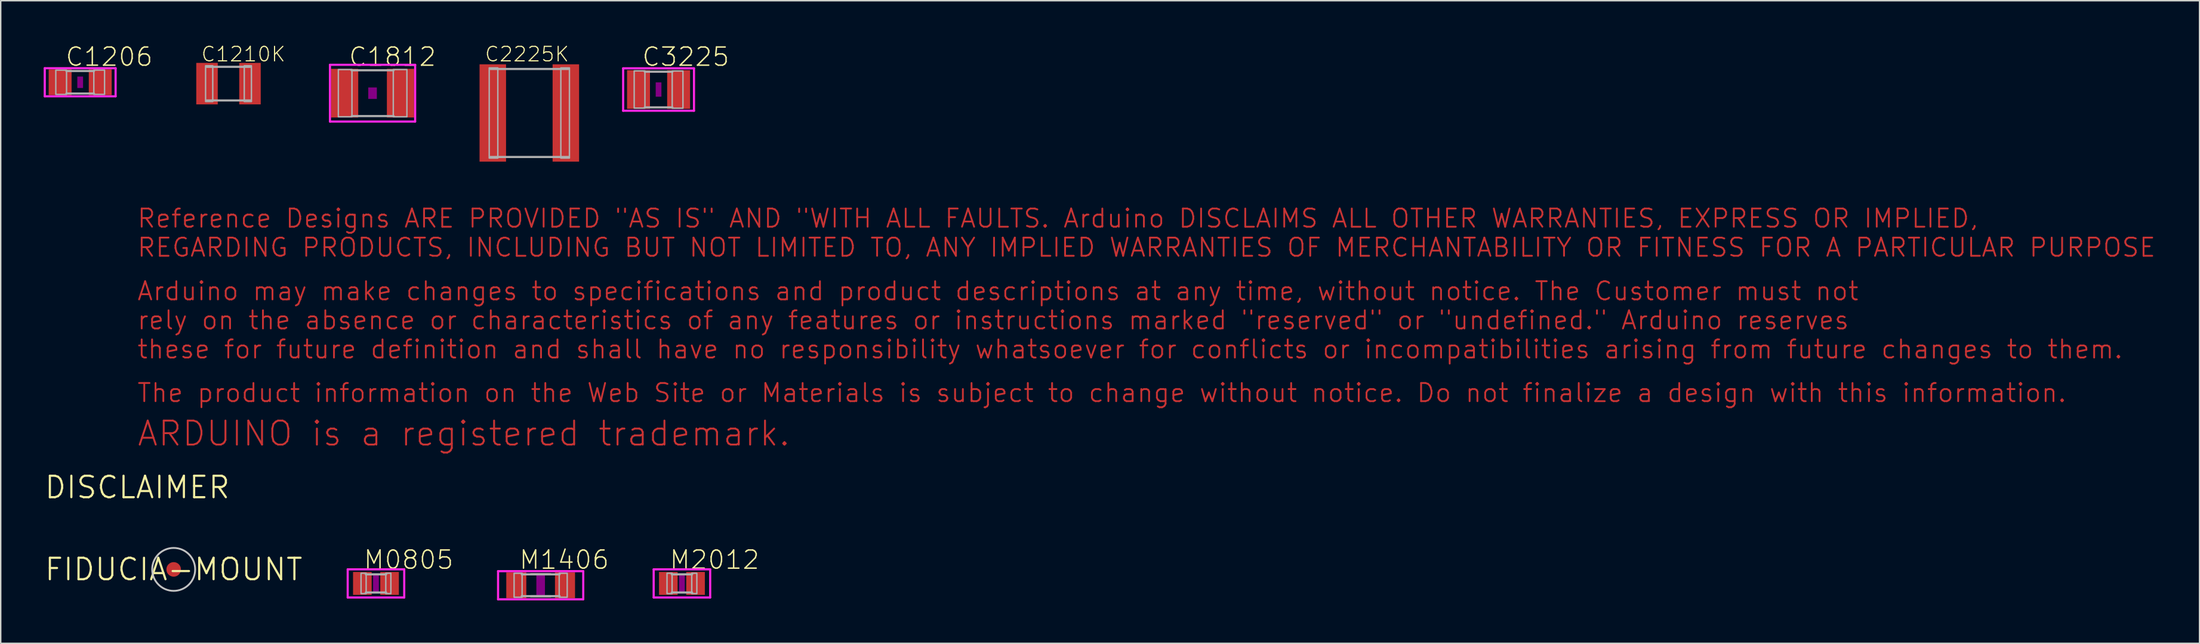
<source format=kicad_pcb>
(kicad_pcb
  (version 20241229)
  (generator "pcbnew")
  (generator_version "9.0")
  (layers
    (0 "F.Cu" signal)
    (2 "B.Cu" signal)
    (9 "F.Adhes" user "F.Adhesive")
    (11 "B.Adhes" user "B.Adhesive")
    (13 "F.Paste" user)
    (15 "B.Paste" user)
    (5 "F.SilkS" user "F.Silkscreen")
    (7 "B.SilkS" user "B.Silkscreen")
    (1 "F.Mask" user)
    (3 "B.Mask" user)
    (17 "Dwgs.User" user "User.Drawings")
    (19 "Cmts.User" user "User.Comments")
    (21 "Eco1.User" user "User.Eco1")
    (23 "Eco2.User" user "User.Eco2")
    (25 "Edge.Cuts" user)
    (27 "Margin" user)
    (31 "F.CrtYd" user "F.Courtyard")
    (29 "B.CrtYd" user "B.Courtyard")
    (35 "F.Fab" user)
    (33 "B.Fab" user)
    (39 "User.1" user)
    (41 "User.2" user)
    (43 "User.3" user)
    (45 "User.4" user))
  (footprint "C3225"
    (layer "F.Cu")
    (at 42.928 3.207)
    (property "Reference" "C3225" (at 1.899 -2.286 0) (layer "F.SilkS") (effects (font (size 1.27 1.27) (thickness 0.102))))
    (attr through_hole)
    (fp_poly (pts (xy -0.2 -0.5) (xy 0.2 -0.5) (xy 0.2 0.5) (xy -0.2 0.5)) (stroke (width 0) (type solid)) (fill yes) (layer "F.Adhes"))
    (fp_line (start -2.473 -1.483) (end 2.473 -1.483) (stroke (width 0.15) (type solid)) (layer "F.CrtYd"))
    (fp_line (start -2.473 1.483) (end -2.473 -1.483) (stroke (width 0.15) (type solid)) (layer "F.CrtYd"))
    (fp_line (start 2.473 -1.483) (end 2.473 1.483) (stroke (width 0.15) (type solid)) (layer "F.CrtYd"))
    (fp_line (start 2.473 1.483) (end -2.473 1.483) (stroke (width 0.15) (type solid)) (layer "F.CrtYd"))
    (fp_line (start -0.965 -1.245) (end 0.965 -1.245) (stroke (width 0.15) (type solid)) (layer "F.Fab"))
    (fp_line (start -0.965 1.245) (end 0.965 1.245) (stroke (width 0.15) (type solid)) (layer "F.Fab"))
    (fp_poly (pts (xy -1.702 -1.304) (xy -0.952 -1.304) (xy -0.952 1.295) (xy -1.702 1.295)) (stroke (width 0.1) (type solid)) (fill no) (layer "F.Fab"))
    (fp_poly (pts (xy 0.952 -1.295) (xy 1.702 -1.295) (xy 1.702 1.304) (xy 0.952 1.304)) (stroke (width 0.1) (type solid)) (fill no) (layer "F.Fab"))
    (pad "1" smd rect (at -1.4 0) (size 1.6 2.7) (layers "F.Cu" "F.Mask" "F.Paste"))
    (pad "2" smd rect (at 1.4 0) (size 1.6 2.7) (layers "F.Cu" "F.Mask" "F.Paste")))
  (footprint "M1406"
    (layer "F.Cu")
    (at 34.696 37.847)
    (property "Reference" "M1406" (at 1.645 -1.778 0) (layer "F.SilkS") (effects (font (size 1.27 1.27) (thickness 0.102))))
    (attr through_hole)
    (fp_line (start 0.686 -0.762) (end -0.686 -0.762) (stroke (width 0.152) (type solid)) (layer "F.SilkS"))
    (fp_line (start 0.686 0.762) (end -0.686 0.762) (stroke (width 0.152) (type solid)) (layer "F.SilkS"))
    (fp_poly (pts (xy -0.3 -0.7) (xy 0.3 -0.7) (xy 0.3 0.7) (xy -0.3 0.7)) (stroke (width 0) (type solid)) (fill yes) (layer "F.Adhes"))
    (fp_line (start -2.973 -0.983) (end 2.973 -0.983) (stroke (width 0.15) (type solid)) (layer "F.CrtYd"))
    (fp_line (start -2.973 0.983) (end -2.973 -0.983) (stroke (width 0.15) (type solid)) (layer "F.CrtYd"))
    (fp_line (start 2.973 -0.983) (end 2.973 0.983) (stroke (width 0.15) (type solid)) (layer "F.CrtYd"))
    (fp_line (start 2.973 0.983) (end -2.973 0.983) (stroke (width 0.15) (type solid)) (layer "F.CrtYd"))
    (fp_line (start 1.321 -0.762) (end -1.321 -0.762) (stroke (width 0.152) (type solid)) (layer "F.Fab"))
    (fp_line (start 1.321 0.762) (end -1.321 0.762) (stroke (width 0.152) (type solid)) (layer "F.Fab"))
    (fp_poly (pts (xy -1.854 -0.838) (xy -1.295 -0.838) (xy -1.295 0.838) (xy -1.854 0.838)) (stroke (width 0.1) (type solid)) (fill no) (layer "F.Fab"))
    (fp_poly (pts (xy 1.295 -0.838) (xy 1.854 -0.838) (xy 1.854 0.838) (xy 1.295 0.838)) (stroke (width 0.1) (type solid)) (fill no) (layer "F.Fab"))
    (pad "1" smd rect (at -1.7 0) (size 1.4 1.8) (layers "F.Cu" "F.Mask" "F.Paste"))
    (pad "2" smd rect (at 1.7 0) (size 1.4 1.8) (layers "F.Cu" "F.Mask" "F.Paste")))
  (footprint "C1210K"
    (layer "F.Cu")
    (at 12.903 2.795)
    (property "Reference" "C1210K" (at 1.037 -2.058 0) (layer "F.SilkS") (effects (font (size 1.016 1.016) (thickness 0.081))))
    (attr through_hole)
    (fp_line (start -1.525 -1.175) (end 1.525 -1.175) (stroke (width 0.15) (type solid)) (layer "F.Fab"))
    (fp_line (start 1.525 1.175) (end -1.525 1.175) (stroke (width 0.15) (type solid)) (layer "F.Fab"))
    (fp_poly (pts (xy -1.6 -1.25) (xy -1.1 -1.25) (xy -1.1 1.25) (xy -1.6 1.25)) (stroke (width 0.1) (type solid)) (fill no) (layer "F.Fab"))
    (fp_poly (pts (xy 1.1 -1.25) (xy 1.6 -1.25) (xy 1.6 1.25) (xy 1.1 1.25)) (stroke (width 0.1) (type solid)) (fill no) (layer "F.Fab"))
    (pad "1" smd rect (at -1.5 0) (size 1.5 2.9) (layers "F.Cu" "F.Mask" "F.Paste"))
    (pad "2" smd rect (at 1.5 0) (size 1.5 2.9) (layers "F.Cu" "F.Mask" "F.Paste")))
  (footprint "FIDUCIA-MOUNT"
    (layer "F.Cu")
    (at 9.075 36.74)
    (property "Reference" "FIDUCIA-MOUNT" (at 0 0 0) (layer "F.SilkS") (effects (font (size 1.5 1.5) (thickness 0.15))))
    (attr through_hole)
    (fp_circle (center 0 0) (end 0.5 0) (stroke (width 2.184) (type solid)) (fill no) (layer "F.Mask"))
    (fp_circle (center 0 0) (end 1.5 0) (stroke (width 0.127) (type solid)) (fill no) (layer "Dwgs.User"))
    (pad "P$1" smd oval (at 0 0) (size 1.016 1.016) (layers "F.Cu" "F.Mask" "F.Paste")))
  (footprint "C2225K"
    (layer "F.Cu")
    (at 33.905 4.845)
    (property "Reference" "C2225K" (at -0.163 -4.108 0) (layer "F.SilkS") (effects (font (size 1.016 1.016) (thickness 0.081))))
    (attr through_hole)
    (fp_line (start -2.725 -3.075) (end 2.725 -3.075) (stroke (width 0.15) (type solid)) (layer "F.Fab"))
    (fp_line (start 2.725 3.075) (end -2.725 3.075) (stroke (width 0.15) (type solid)) (layer "F.Fab"))
    (fp_poly (pts (xy -2.8 -3.15) (xy -2.2 -3.15) (xy -2.2 3.15) (xy -2.8 3.15)) (stroke (width 0.1) (type solid)) (fill no) (layer "F.Fab"))
    (fp_poly (pts (xy 2.2 -3.15) (xy 2.8 -3.15) (xy 2.8 3.15) (xy 2.2 3.15)) (stroke (width 0.1) (type solid)) (fill no) (layer "F.Fab"))
    (pad "1" smd rect (at -2.55 0) (size 1.85 6.8) (layers "F.Cu" "F.Mask" "F.Paste"))
    (pad "2" smd rect (at 2.55 0) (size 1.85 6.8) (layers "F.Cu" "F.Mask" "F.Paste")))
  (footprint "C1812"
    (layer "F.Cu")
    (at 22.96 3.461)
    (property "Reference" "C1812" (at 1.391 -2.54 0) (layer "F.SilkS") (effects (font (size 1.27 1.27) (thickness 0.102))))
    (attr through_hole)
    (fp_poly (pts (xy -0.3 -0.4) (xy 0.3 -0.4) (xy 0.3 0.4) (xy -0.3 0.4)) (stroke (width 0) (type solid)) (fill yes) (layer "F.Adhes"))
    (fp_line (start -2.973 -1.983) (end 2.973 -1.983) (stroke (width 0.15) (type solid)) (layer "F.CrtYd"))
    (fp_line (start -2.973 1.983) (end -2.973 -1.983) (stroke (width 0.15) (type solid)) (layer "F.CrtYd"))
    (fp_line (start 2.973 -1.983) (end 2.973 1.983) (stroke (width 0.15) (type solid)) (layer "F.CrtYd"))
    (fp_line (start 2.973 1.983) (end -2.973 1.983) (stroke (width 0.15) (type solid)) (layer "F.CrtYd"))
    (fp_line (start -1.473 -1.6) (end 1.473 -1.6) (stroke (width 0.15) (type solid)) (layer "F.Fab"))
    (fp_line (start -1.448 1.6) (end 1.473 1.6) (stroke (width 0.15) (type solid)) (layer "F.Fab"))
    (fp_poly (pts (xy -2.388 -1.649) (xy -1.438 -1.649) (xy -1.438 1.651) (xy -2.388 1.651)) (stroke (width 0.1) (type solid)) (fill no) (layer "F.Fab"))
    (fp_poly (pts (xy 1.448 -1.649) (xy 2.398 -1.649) (xy 2.398 1.651) (xy 1.448 1.651)) (stroke (width 0.1) (type solid)) (fill no) (layer "F.Fab"))
    (pad "1" smd rect (at -1.95 0) (size 1.9 3.4) (layers "F.Cu" "F.Mask" "F.Paste"))
    (pad "2" smd rect (at 1.95 0) (size 1.9 3.4) (layers "F.Cu" "F.Mask" "F.Paste")))
  (footprint "M0805"
    (layer "F.Cu")
    (at 23.198 37.72)
    (property "Reference" "M0805" (at 2.28 -1.651 0) (layer "F.SilkS") (effects (font (size 1.27 1.27) (thickness 0.102))))
    (attr through_hole)
    (fp_poly (pts (xy -0.2 -0.6) (xy 0.2 -0.6) (xy 0.2 0.6) (xy -0.2 0.6)) (stroke (width 0) (type solid)) (fill yes) (layer "F.Adhes"))
    (fp_line (start -1.973 -0.983) (end 1.973 -0.983) (stroke (width 0.15) (type solid)) (layer "F.CrtYd"))
    (fp_line (start -1.973 0.983) (end -1.973 -0.983) (stroke (width 0.15) (type solid)) (layer "F.CrtYd"))
    (fp_line (start 1.973 -0.983) (end 1.973 0.983) (stroke (width 0.15) (type solid)) (layer "F.CrtYd"))
    (fp_line (start 1.973 0.983) (end -1.973 0.983) (stroke (width 0.15) (type solid)) (layer "F.CrtYd"))
    (fp_line (start 0.711 -0.635) (end -0.711 -0.635) (stroke (width 0.152) (type solid)) (layer "F.Fab"))
    (fp_line (start 0.711 0.635) (end -0.711 0.635) (stroke (width 0.152) (type solid)) (layer "F.Fab"))
    (fp_poly (pts (xy -1.041 -0.711) (xy -0.686 -0.711) (xy -0.686 0.711) (xy -1.041 0.711)) (stroke (width 0.1) (type solid)) (fill no) (layer "F.Fab"))
    (fp_poly (pts (xy 0.686 -0.711) (xy 1.041 -0.711) (xy 1.041 0.711) (xy 0.686 0.711)) (stroke (width 0.1) (type solid)) (fill no) (layer "F.Fab"))
    (pad "1" smd rect (at -0.95 0) (size 1.3 1.6) (layers "F.Cu" "F.Mask" "F.Paste"))
    (pad "2" smd rect (at 0.95 0) (size 1.3 1.6) (layers "F.Cu" "F.Mask" "F.Paste")))
  (footprint "M2012"
    (layer "F.Cu")
    (at 44.559 37.72)
    (property "Reference" "M2012" (at 2.28 -1.651 0) (layer "F.SilkS") (effects (font (size 1.27 1.27) (thickness 0.102))))
    (attr through_hole)
    (fp_poly (pts (xy -0.2 -0.6) (xy 0.2 -0.6) (xy 0.2 0.6) (xy -0.2 0.6)) (stroke (width 0) (type solid)) (fill yes) (layer "F.Adhes"))
    (fp_line (start -1.973 -0.983) (end 1.973 -0.983) (stroke (width 0.15) (type solid)) (layer "F.CrtYd"))
    (fp_line (start -1.973 0.983) (end -1.973 -0.983) (stroke (width 0.15) (type solid)) (layer "F.CrtYd"))
    (fp_line (start 1.973 -0.983) (end 1.973 0.983) (stroke (width 0.15) (type solid)) (layer "F.CrtYd"))
    (fp_line (start 1.973 0.983) (end -1.973 0.983) (stroke (width 0.15) (type solid)) (layer "F.CrtYd"))
    (fp_line (start 0.711 -0.635) (end -0.711 -0.635) (stroke (width 0.152) (type solid)) (layer "F.Fab"))
    (fp_line (start 0.711 0.635) (end -0.711 0.635) (stroke (width 0.152) (type solid)) (layer "F.Fab"))
    (fp_poly (pts (xy -1.041 -0.711) (xy -0.686 -0.711) (xy -0.686 0.711) (xy -1.041 0.711)) (stroke (width 0.1) (type solid)) (fill no) (layer "F.Fab"))
    (fp_poly (pts (xy 0.686 -0.711) (xy 1.041 -0.711) (xy 1.041 0.711) (xy 0.686 0.711)) (stroke (width 0.1) (type solid)) (fill no) (layer "F.Fab"))
    (pad "1" smd rect (at -0.95 0) (size 1.3 1.6) (layers "F.Cu" "F.Mask" "F.Paste"))
    (pad "2" smd rect (at 0.95 0) (size 1.3 1.6) (layers "F.Cu" "F.Mask" "F.Paste")))
  (footprint "DISCLAIMER"
    (layer "F.Cu")
    (at 6.539 31.007)
    (property "Reference" "DISCLAIMER" (at 0 0 0) (layer "F.SilkS") (effects (font (size 1.5 1.5) (thickness 0.15))))
    (attr through_hole)
    (fp_text user "rely on the absence or characteristics of any features or instructions marked \"reserved\" or \"undefined.\" Arduino reserves" (at 59.751 -11.684 0) (layer "F.Cu") (effects (font (size 1.27 1.27) (thickness 0.127))))
    (fp_text user "ARDUINO is a registered trademark." (at 22.791 -3.759 0) (layer "F.Cu") (effects (font (size 1.676 1.676) (thickness 0.134))))
    (fp_text user "REGARDING PRODUCTS, INCLUDING BUT NOT LIMITED TO, ANY IMPLIED WARRANTIES OF MERCHANTABILITY OR FITNESS FOR A PARTICULAR PURPOSE" (at 70.455 -16.764 0) (layer "F.Cu") (effects (font (size 1.27 1.27) (thickness 0.127))))
    (fp_text user "these for future definition and shall have no responsibility whatsoever for conflicts or incompatibilities arising from future changes to them." (at 69.306 -9.652 0) (layer "F.Cu") (effects (font (size 1.27 1.27) (thickness 0.127))))
    (fp_text user "The product information on the Web Site or Materials is subject to change without notice. Do not finalize a design with this information. " (at 67.824 -6.604 0) (layer "F.Cu") (effects (font (size 1.27 1.27) (thickness 0.127))))
    (fp_text user "Reference Designs ARE PROVIDED \"AS IS\" AND \"WITH ALL FAULTS. Arduino DISCLAIMS ALL OTHER WARRANTIES, EXPRESS OR IMPLIED," (at 64.256 -18.796 0) (layer "F.Cu") (effects (font (size 1.27 1.27) (thickness 0.127))))
    (fp_text user "Arduino may make changes to specifications and product descriptions at any time, without notice. The Customer must not" (at 60.083 -13.716 0) (layer "F.Cu") (effects (font (size 1.27 1.27) (thickness 0.127)))))
  (footprint "C1206"
    (layer "F.Cu")
    (at 2.548 2.699)
    (property "Reference" "C1206" (at 2.026 -1.778 0) (layer "F.SilkS") (effects (font (size 1.27 1.27) (thickness 0.102))))
    (attr through_hole)
    (fp_poly (pts (xy -0.2 -0.4) (xy 0.2 -0.4) (xy 0.2 0.4) (xy -0.2 0.4)) (stroke (width 0) (type solid)) (fill yes) (layer "F.Adhes"))
    (fp_line (start -2.473 -0.983) (end 2.473 -0.983) (stroke (width 0.15) (type solid)) (layer "F.CrtYd"))
    (fp_line (start -2.473 0.983) (end -2.473 -0.983) (stroke (width 0.15) (type solid)) (layer "F.CrtYd"))
    (fp_line (start 2.473 -0.983) (end 2.473 0.983) (stroke (width 0.15) (type solid)) (layer "F.CrtYd"))
    (fp_line (start 2.473 0.983) (end -2.473 0.983) (stroke (width 0.15) (type solid)) (layer "F.CrtYd"))
    (fp_line (start -0.965 -0.787) (end 0.965 -0.787) (stroke (width 0.15) (type solid)) (layer "F.Fab"))
    (fp_line (start -0.965 0.787) (end 0.965 0.787) (stroke (width 0.15) (type solid)) (layer "F.Fab"))
    (fp_poly (pts (xy -1.702 -0.849) (xy -0.952 -0.849) (xy -0.952 0.851) (xy -1.702 0.851)) (stroke (width 0.1) (type solid)) (fill no) (layer "F.Fab"))
    (fp_poly (pts (xy 0.952 -0.851) (xy 1.702 -0.851) (xy 1.702 0.849) (xy 0.952 0.849)) (stroke (width 0.1) (type solid)) (fill no) (layer "F.Fab"))
    (pad "1" smd rect (at -1.4 0) (size 1.6 1.8) (layers "F.Cu" "F.Mask" "F.Paste"))
    (pad "2" smd rect (at 1.4 0) (size 1.6 1.8) (layers "F.Cu" "F.Mask" "F.Paste")))
  (gr_rect
    (start -3 -3)
    (end 150.512 41.905)
    (stroke (width 0.1) (type default))
    (fill no)
    (layer "Edge.Cuts")))
</source>
